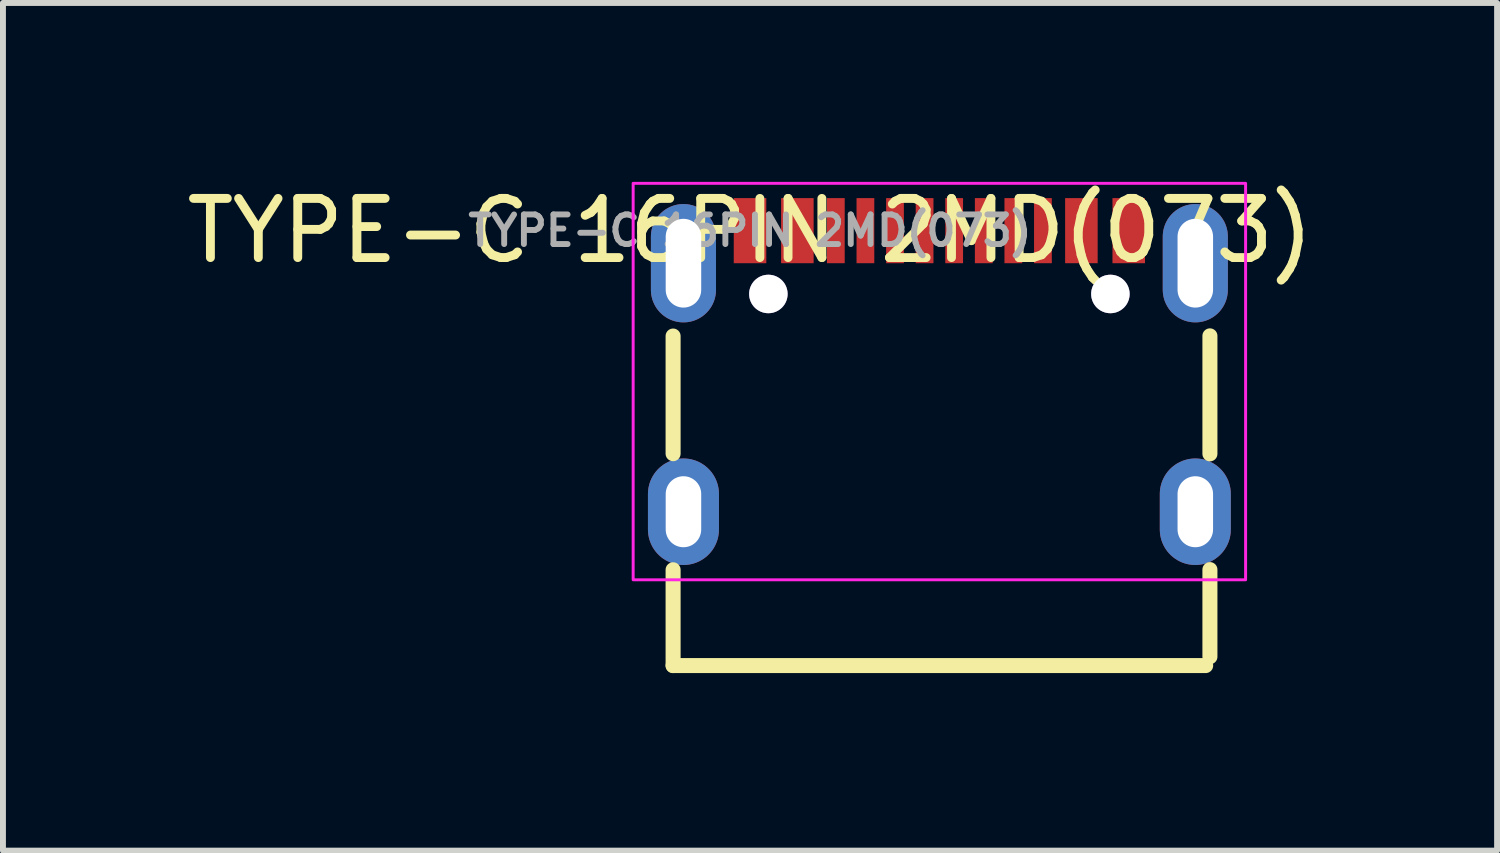
<source format=kicad_pcb>
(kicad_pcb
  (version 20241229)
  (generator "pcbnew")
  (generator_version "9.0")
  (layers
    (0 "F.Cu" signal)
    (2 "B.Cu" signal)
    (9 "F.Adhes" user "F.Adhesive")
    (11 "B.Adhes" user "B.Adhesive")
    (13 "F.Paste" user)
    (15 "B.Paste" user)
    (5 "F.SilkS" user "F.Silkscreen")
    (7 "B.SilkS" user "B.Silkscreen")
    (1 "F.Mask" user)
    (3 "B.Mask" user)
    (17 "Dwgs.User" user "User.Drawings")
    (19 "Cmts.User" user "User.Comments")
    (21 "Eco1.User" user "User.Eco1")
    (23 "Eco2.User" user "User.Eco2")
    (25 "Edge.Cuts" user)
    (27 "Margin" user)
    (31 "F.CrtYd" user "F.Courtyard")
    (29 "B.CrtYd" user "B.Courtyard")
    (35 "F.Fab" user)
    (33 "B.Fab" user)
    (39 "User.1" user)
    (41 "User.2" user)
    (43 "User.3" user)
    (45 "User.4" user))
  (footprint "TYPE-C 16PIN 2MD(073)"
    (layer "F.Cu")
    (at 9.625 0.848)
    (property "Reference" "TYPE-C 16PIN 2MD(073)" (at 0 0 0) (layer "F.SilkS") (effects (font (size 1 1) (thickness 0.15))))
    (fp_line (start -1.3 1.781) (end -1.3 3.769) (stroke (width 0.254) (type default)) (layer "F.SilkS"))
    (fp_line (start -1.3 5.731) (end -1.3 7.35) (stroke (width 0.254) (type default)) (layer "F.SilkS"))
    (fp_line (start -1.3 7.35) (end 7.7 7.35) (stroke (width 0.254) (type default)) (layer "F.SilkS"))
    (fp_line (start 7.772 1.778) (end 7.772 3.772) (stroke (width 0.254) (type default)) (layer "F.SilkS"))
    (fp_line (start 7.772 5.728) (end 7.772 7.201) (stroke (width 0.254) (type default)) (layer "F.SilkS"))
    (fp_poly (pts (xy -0.3 -0.55) (xy -0.3 0.55) (xy 0.3 0.55) (xy 0.3 -0.55)) (stroke (width 0) (type default)) (fill yes) (layer "F.Paste"))
    (fp_poly (pts (xy 0.5 -0.55) (xy 0.5 0.55) (xy 1.1 0.55) (xy 1.1 -0.55)) (stroke (width 0) (type default)) (fill yes) (layer "F.Paste"))
    (fp_poly (pts (xy 1.6 0.55) (xy 1.6 -0.55) (xy 1.3 -0.55) (xy 1.3 0.55)) (stroke (width 0) (type default)) (fill yes) (layer "F.Paste"))
    (fp_poly (pts (xy 2.1 0.55) (xy 2.1 -0.55) (xy 1.8 -0.55) (xy 1.8 0.55)) (stroke (width 0) (type default)) (fill yes) (layer "F.Paste"))
    (fp_poly (pts (xy 2.6 0.55) (xy 2.6 -0.55) (xy 2.3 -0.55) (xy 2.3 0.55)) (stroke (width 0) (type default)) (fill yes) (layer "F.Paste"))
    (fp_poly (pts (xy 3.1 0.55) (xy 3.1 -0.55) (xy 2.8 -0.55) (xy 2.8 0.55)) (stroke (width 0) (type default)) (fill yes) (layer "F.Paste"))
    (fp_poly (pts (xy 3.6 0.55) (xy 3.6 -0.55) (xy 3.3 -0.55) (xy 3.3 0.55)) (stroke (width 0) (type default)) (fill yes) (layer "F.Paste"))
    (fp_poly (pts (xy 4.1 0.55) (xy 4.1 -0.55) (xy 3.8 -0.55) (xy 3.8 0.55)) (stroke (width 0) (type default)) (fill yes) (layer "F.Paste"))
    (fp_poly (pts (xy 4.6 0.55) (xy 4.6 -0.55) (xy 4.3 -0.55) (xy 4.3 0.55)) (stroke (width 0) (type default)) (fill yes) (layer "F.Paste"))
    (fp_poly (pts (xy 4.8 -0.55) (xy 4.8 0.55) (xy 5.1 0.55) (xy 5.1 -0.55)) (stroke (width 0) (type default)) (fill yes) (layer "F.Paste"))
    (fp_poly (pts (xy 5.3 -0.55) (xy 5.3 0.55) (xy 5.9 0.55) (xy 5.9 -0.55)) (stroke (width 0) (type default)) (fill yes) (layer "F.Paste"))
    (fp_poly (pts (xy 6.7 0.55) (xy 6.7 -0.55) (xy 6.1 -0.55) (xy 6.1 0.55)) (stroke (width 0) (type default)) (fill yes) (layer "F.Paste"))
    (fp_poly (pts (xy -1.14 -0.45) (xy -1.17 -0.449) (xy -1.2 -0.446) (xy -1.229 -0.441) (xy -1.258 -0.435) (xy -1.288 -0.427) (xy -1.316 -0.419) (xy -1.344 -0.408) (xy -1.371 -0.397) (xy -1.399 -0.384) (xy -1.425 -0.369) (xy -1.45 -0.354) (xy -1.475 -0.338) (xy -1.499 -0.319) (xy -1.522 -0.3) (xy -1.544 -0.28) (xy -1.565 -0.258) (xy -1.585 -0.236) (xy -1.603 -0.212) (xy -1.621 -0.188) (xy -1.637 -0.163) (xy -1.652 -0.137) (xy -1.665 -0.111) (xy -1.678 -0.083) (xy -1.689 -0.056) (xy -1.698 -0.027) (xy -1.706 0.002) (xy -1.713 0.031) (xy -1.718 0.06) (xy -1.722 0.09) (xy -1.724 0.12) (xy -1.725 0.15) (xy -1.725 0.95) (xy -1.724 0.98) (xy -1.722 1.01) (xy -1.718 1.04) (xy -1.713 1.069) (xy -1.706 1.098) (xy -1.698 1.127) (xy -1.689 1.155) (xy -1.678 1.183) (xy -1.665 1.21) (xy -1.652 1.237) (xy -1.637 1.263) (xy -1.621 1.288) (xy -1.603 1.312) (xy -1.585 1.335) (xy -1.565 1.358) (xy -1.544 1.379) (xy -1.522 1.4) (xy -1.499 1.419) (xy -1.475 1.437) (xy -1.45 1.454) (xy -1.425 1.47) (xy -1.399 1.484) (xy -1.371 1.497) (xy -1.344 1.508) (xy -1.316 1.518) (xy -1.288 1.528) (xy -1.258 1.535) (xy -1.229 1.541) (xy -1.2 1.546) (xy -1.17 1.548) (xy -1.14 1.55) (xy -1.11 1.55) (xy -1.08 1.548) (xy -1.05 1.546) (xy -1.021 1.541) (xy -0.992 1.535) (xy -0.963 1.528) (xy -0.934 1.518) (xy -0.906 1.508) (xy -0.878 1.497) (xy -0.851 1.484) (xy -0.825 1.47) (xy -0.799 1.454) (xy -0.774 1.437) (xy -0.751 1.419) (xy -0.728 1.4) (xy -0.706 1.379) (xy -0.685 1.358) (xy -0.665 1.335) (xy -0.646 1.312) (xy -0.629 1.288) (xy -0.613 1.263) (xy -0.598 1.237) (xy -0.585 1.21) (xy -0.572 1.183) (xy -0.561 1.155) (xy -0.551 1.127) (xy -0.543 1.098) (xy -0.537 1.069) (xy -0.531 1.04) (xy -0.528 1.01) (xy -0.525 0.98) (xy -0.525 0.95) (xy -0.525 0.15) (xy -0.525 0.12) (xy -0.528 0.09) (xy -0.531 0.06) (xy -0.537 0.031) (xy -0.543 0.002) (xy -0.551 -0.027) (xy -0.561 -0.056) (xy -0.572 -0.083) (xy -0.585 -0.111) (xy -0.598 -0.137) (xy -0.613 -0.163) (xy -0.629 -0.188) (xy -0.646 -0.212) (xy -0.665 -0.236) (xy -0.685 -0.258) (xy -0.706 -0.28) (xy -0.728 -0.3) (xy -0.751 -0.319) (xy -0.774 -0.338) (xy -0.799 -0.354) (xy -0.825 -0.369) (xy -0.851 -0.384) (xy -0.878 -0.397) (xy -0.906 -0.408) (xy -0.934 -0.419) (xy -0.963 -0.427) (xy -0.992 -0.435) (xy -1.021 -0.441) (xy -1.05 -0.446) (xy -1.08 -0.449) (xy -1.11 -0.45)) (stroke (width 0) (type default)) (fill yes) (layer "F.Paste"))
    (fp_poly (pts (xy -1.08 4.002) (xy -1.11 4) (xy -1.14 4) (xy -1.17 4.002) (xy -1.2 4.005) (xy -1.229 4.009) (xy -1.258 4.015) (xy -1.288 4.022) (xy -1.316 4.032) (xy -1.344 4.042) (xy -1.371 4.053) (xy -1.399 4.066) (xy -1.425 4.08) (xy -1.45 4.096) (xy -1.475 4.113) (xy -1.499 4.131) (xy -1.522 4.15) (xy -1.544 4.17) (xy -1.565 4.192) (xy -1.585 4.215) (xy -1.603 4.238) (xy -1.621 4.262) (xy -1.637 4.287) (xy -1.652 4.313) (xy -1.665 4.34) (xy -1.678 4.367) (xy -1.689 4.395) (xy -1.698 4.423) (xy -1.706 4.452) (xy -1.713 4.481) (xy -1.718 4.511) (xy -1.722 4.54) (xy -1.724 4.57) (xy -1.725 4.6) (xy -1.725 4.9) (xy -1.724 4.93) (xy -1.722 4.96) (xy -1.718 4.989) (xy -1.713 5.019) (xy -1.706 5.048) (xy -1.698 5.077) (xy -1.689 5.106) (xy -1.678 5.133) (xy -1.665 5.16) (xy -1.652 5.187) (xy -1.637 5.213) (xy -1.621 5.238) (xy -1.603 5.263) (xy -1.585 5.285) (xy -1.565 5.308) (xy -1.544 5.33) (xy -1.522 5.35) (xy -1.499 5.369) (xy -1.475 5.387) (xy -1.45 5.404) (xy -1.425 5.42) (xy -1.399 5.434) (xy -1.371 5.447) (xy -1.344 5.458) (xy -1.316 5.469) (xy -1.288 5.478) (xy -1.258 5.485) (xy -1.229 5.491) (xy -1.2 5.495) (xy -1.17 5.498) (xy -1.14 5.5) (xy -1.11 5.5) (xy -1.08 5.498) (xy -1.05 5.495) (xy -1.021 5.491) (xy -0.992 5.485) (xy -0.963 5.478) (xy -0.934 5.469) (xy -0.906 5.458) (xy -0.878 5.447) (xy -0.851 5.434) (xy -0.825 5.42) (xy -0.799 5.404) (xy -0.774 5.387) (xy -0.751 5.369) (xy -0.728 5.35) (xy -0.706 5.33) (xy -0.685 5.308) (xy -0.665 5.285) (xy -0.646 5.263) (xy -0.629 5.238) (xy -0.613 5.213) (xy -0.598 5.187) (xy -0.585 5.16) (xy -0.572 5.133) (xy -0.561 5.106) (xy -0.551 5.077) (xy -0.543 5.048) (xy -0.537 5.019) (xy -0.531 4.989) (xy -0.528 4.96) (xy -0.525 4.93) (xy -0.525 4.9) (xy -0.525 4.6) (xy -0.525 4.57) (xy -0.528 4.54) (xy -0.531 4.511) (xy -0.537 4.481) (xy -0.543 4.452) (xy -0.551 4.423) (xy -0.561 4.395) (xy -0.572 4.367) (xy -0.585 4.34) (xy -0.598 4.313) (xy -0.613 4.287) (xy -0.629 4.262) (xy -0.646 4.238) (xy -0.665 4.215) (xy -0.685 4.192) (xy -0.706 4.17) (xy -0.728 4.15) (xy -0.751 4.131) (xy -0.774 4.113) (xy -0.799 4.096) (xy -0.825 4.08) (xy -0.851 4.066) (xy -0.878 4.053) (xy -0.906 4.042) (xy -0.934 4.032) (xy -0.963 4.022) (xy -0.992 4.015) (xy -1.021 4.009) (xy -1.05 4.005)) (stroke (width 0) (type default)) (fill yes) (layer "F.Paste"))
    (fp_poly (pts (xy 7.51 4) (xy 7.48 4.002) (xy 7.45 4.005) (xy 7.421 4.009) (xy 7.391 4.015) (xy 7.362 4.022) (xy 7.334 4.032) (xy 7.306 4.042) (xy 7.278 4.053) (xy 7.252 4.066) (xy 7.225 4.08) (xy 7.199 4.096) (xy 7.175 4.113) (xy 7.151 4.131) (xy 7.128 4.15) (xy 7.106 4.17) (xy 7.085 4.192) (xy 7.066 4.215) (xy 7.046 4.238) (xy 7.029 4.262) (xy 7.013 4.287) (xy 6.998 4.313) (xy 6.984 4.34) (xy 6.972 4.367) (xy 6.961 4.395) (xy 6.952 4.423) (xy 6.944 4.452) (xy 6.937 4.481) (xy 6.931 4.511) (xy 6.928 4.54) (xy 6.926 4.57) (xy 6.925 4.6) (xy 6.925 4.9) (xy 6.926 4.93) (xy 6.928 4.96) (xy 6.931 4.989) (xy 6.937 5.019) (xy 6.944 5.048) (xy 6.952 5.077) (xy 6.961 5.106) (xy 6.972 5.133) (xy 6.984 5.16) (xy 6.998 5.187) (xy 7.013 5.213) (xy 7.029 5.238) (xy 7.046 5.263) (xy 7.066 5.285) (xy 7.085 5.308) (xy 7.106 5.33) (xy 7.128 5.35) (xy 7.151 5.369) (xy 7.175 5.387) (xy 7.199 5.404) (xy 7.225 5.42) (xy 7.252 5.434) (xy 7.278 5.447) (xy 7.306 5.458) (xy 7.334 5.469) (xy 7.362 5.478) (xy 7.391 5.485) (xy 7.421 5.491) (xy 7.45 5.495) (xy 7.48 5.498) (xy 7.51 5.5) (xy 7.54 5.5) (xy 7.57 5.498) (xy 7.599 5.495) (xy 7.629 5.491) (xy 7.659 5.485) (xy 7.688 5.478) (xy 7.716 5.469) (xy 7.744 5.458) (xy 7.772 5.447) (xy 7.798 5.434) (xy 7.825 5.42) (xy 7.851 5.404) (xy 7.875 5.387) (xy 7.899 5.369) (xy 7.922 5.35) (xy 7.944 5.33) (xy 7.965 5.308) (xy 7.984 5.285) (xy 8.004 5.263) (xy 8.021 5.238) (xy 8.037 5.213) (xy 8.052 5.187) (xy 8.066 5.16) (xy 8.078 5.133) (xy 8.089 5.106) (xy 8.098 5.077) (xy 8.107 5.048) (xy 8.113 5.019) (xy 8.118 4.989) (xy 8.122 4.96) (xy 8.124 4.93) (xy 8.125 4.9) (xy 8.125 4.6) (xy 8.124 4.57) (xy 8.122 4.54) (xy 8.118 4.511) (xy 8.113 4.481) (xy 8.107 4.452) (xy 8.098 4.423) (xy 8.089 4.395) (xy 8.078 4.367) (xy 8.066 4.34) (xy 8.052 4.313) (xy 8.037 4.287) (xy 8.021 4.262) (xy 8.004 4.238) (xy 7.984 4.215) (xy 7.965 4.192) (xy 7.944 4.17) (xy 7.922 4.15) (xy 7.899 4.131) (xy 7.875 4.113) (xy 7.851 4.096) (xy 7.825 4.08) (xy 7.798 4.066) (xy 7.772 4.053) (xy 7.744 4.042) (xy 7.716 4.032) (xy 7.688 4.022) (xy 7.659 4.015) (xy 7.629 4.009) (xy 7.599 4.005) (xy 7.57 4.002) (xy 7.54 4)) (stroke (width 0) (type default)) (fill yes) (layer "F.Paste"))
    (fp_poly (pts (xy 7.57 -0.449) (xy 7.54 -0.45) (xy 7.51 -0.45) (xy 7.48 -0.449) (xy 7.45 -0.446) (xy 7.421 -0.441) (xy 7.391 -0.435) (xy 7.362 -0.427) (xy 7.334 -0.419) (xy 7.306 -0.408) (xy 7.278 -0.397) (xy 7.252 -0.384) (xy 7.225 -0.369) (xy 7.199 -0.354) (xy 7.175 -0.338) (xy 7.151 -0.319) (xy 7.128 -0.3) (xy 7.106 -0.28) (xy 7.085 -0.258) (xy 7.066 -0.236) (xy 7.046 -0.212) (xy 7.029 -0.188) (xy 7.013 -0.163) (xy 6.998 -0.137) (xy 6.984 -0.111) (xy 6.972 -0.083) (xy 6.961 -0.056) (xy 6.952 -0.027) (xy 6.944 0.002) (xy 6.937 0.031) (xy 6.931 0.06) (xy 6.928 0.09) (xy 6.926 0.12) (xy 6.925 0.15) (xy 6.925 0.95) (xy 6.926 0.98) (xy 6.928 1.01) (xy 6.931 1.04) (xy 6.937 1.069) (xy 6.944 1.098) (xy 6.952 1.127) (xy 6.961 1.155) (xy 6.972 1.183) (xy 6.984 1.21) (xy 6.998 1.237) (xy 7.013 1.263) (xy 7.029 1.288) (xy 7.046 1.312) (xy 7.066 1.335) (xy 7.085 1.358) (xy 7.106 1.379) (xy 7.128 1.4) (xy 7.151 1.419) (xy 7.175 1.437) (xy 7.199 1.454) (xy 7.225 1.47) (xy 7.252 1.484) (xy 7.278 1.497) (xy 7.306 1.508) (xy 7.334 1.518) (xy 7.362 1.528) (xy 7.391 1.535) (xy 7.421 1.541) (xy 7.45 1.546) (xy 7.48 1.548) (xy 7.51 1.55) (xy 7.54 1.55) (xy 7.57 1.548) (xy 7.599 1.546) (xy 7.629 1.541) (xy 7.659 1.535) (xy 7.688 1.528) (xy 7.716 1.518) (xy 7.744 1.508) (xy 7.772 1.497) (xy 7.798 1.484) (xy 7.825 1.47) (xy 7.851 1.454) (xy 7.875 1.437) (xy 7.899 1.419) (xy 7.922 1.4) (xy 7.944 1.379) (xy 7.965 1.358) (xy 7.984 1.335) (xy 8.004 1.312) (xy 8.021 1.288) (xy 8.037 1.263) (xy 8.052 1.237) (xy 8.066 1.21) (xy 8.078 1.183) (xy 8.089 1.155) (xy 8.098 1.127) (xy 8.107 1.098) (xy 8.113 1.069) (xy 8.118 1.04) (xy 8.122 1.01) (xy 8.124 0.98) (xy 8.125 0.95) (xy 8.125 0.15) (xy 8.124 0.12) (xy 8.122 0.09) (xy 8.118 0.06) (xy 8.113 0.031) (xy 8.107 0.002) (xy 8.098 -0.027) (xy 8.089 -0.056) (xy 8.078 -0.083) (xy 8.066 -0.111) (xy 8.052 -0.137) (xy 8.037 -0.163) (xy 8.021 -0.188) (xy 8.004 -0.212) (xy 7.984 -0.236) (xy 7.965 -0.258) (xy 7.944 -0.28) (xy 7.922 -0.3) (xy 7.899 -0.319) (xy 7.875 -0.338) (xy 7.851 -0.354) (xy 7.825 -0.369) (xy 7.798 -0.384) (xy 7.772 -0.397) (xy 7.744 -0.408) (xy 7.716 -0.419) (xy 7.688 -0.427) (xy 7.659 -0.435) (xy 7.629 -0.441) (xy 7.599 -0.446)) (stroke (width 0) (type default)) (fill yes) (layer "F.Paste"))
    (fp_poly (pts (xy -1.27 7.326) (xy 7.67 7.326) (xy 7.67 -0.574) (xy -1.27 -0.574)) (stroke (width 0.1) (type default)) (fill no) (layer "Eco2.User"))
    (fp_rect (start -1.975 -0.8) (end 8.375 5.9) (stroke (width 0.05) (type default)) (fill no) (layer "F.CrtYd"))
    (fp_line (start -1.25 0.026) (end -1.25 7.376) (stroke (width 0.051) (type default)) (layer "User.1"))
    (fp_line (start -1.25 0.026) (end 7.65 0.026) (stroke (width 0.051) (type default)) (layer "User.1"))
    (fp_line (start -1.25 7.376) (end 7.65 7.376) (stroke (width 0.051) (type default)) (layer "User.1"))
    (fp_line (start 7.65 0.026) (end 7.65 7.376) (stroke (width 0.051) (type default)) (layer "User.1"))
    (fp_circle (center 0.31 1.07) (end 0.435 1.07) (stroke (width 0.25) (type default)) (fill no) (layer "User.1"))
    (fp_circle (center 6.09 1.07) (end 6.215 1.07) (stroke (width 0.25) (type default)) (fill no) (layer "User.1"))
    (fp_poly (pts (xy -1.25 0.026) (xy -1 0.026) (xy -1 1.126) (xy -1.25 1.126)) (stroke (width 0.1) (type default)) (fill no) (layer "User.1"))
    (fp_poly (pts (xy -1.25 4.4) (xy -1 4.4) (xy -1 5.1) (xy -1.25 5.1)) (stroke (width 0.1) (type default)) (fill no) (layer "User.1"))
    (fp_poly (pts (xy -0.2 -0.274) (xy 0.2 -0.274) (xy 0.2 0.576) (xy -0.2 0.576)) (stroke (width 0.1) (type default)) (fill no) (layer "User.1"))
    (fp_poly (pts (xy 0.6 -0.274) (xy 1 -0.274) (xy 1 0.576) (xy 0.6 0.576)) (stroke (width 0.1) (type default)) (fill no) (layer "User.1"))
    (fp_poly (pts (xy 1.35 -0.274) (xy 1.55 -0.274) (xy 1.55 0.576) (xy 1.35 0.576)) (stroke (width 0.1) (type default)) (fill no) (layer "User.1"))
    (fp_poly (pts (xy 1.85 -0.274) (xy 2.05 -0.274) (xy 2.05 0.576) (xy 1.85 0.576)) (stroke (width 0.1) (type default)) (fill no) (layer "User.1"))
    (fp_poly (pts (xy 2.35 -0.274) (xy 2.55 -0.274) (xy 2.55 0.576) (xy 2.35 0.576)) (stroke (width 0.1) (type default)) (fill no) (layer "User.1"))
    (fp_poly (pts (xy 2.85 -0.274) (xy 3.05 -0.274) (xy 3.05 0.576) (xy 2.85 0.576)) (stroke (width 0.1) (type default)) (fill no) (layer "User.1"))
    (fp_poly (pts (xy 3.35 -0.274) (xy 3.55 -0.274) (xy 3.55 0.576) (xy 3.35 0.576)) (stroke (width 0.1) (type default)) (fill no) (layer "User.1"))
    (fp_poly (pts (xy 3.85 -0.274) (xy 4.05 -0.274) (xy 4.05 0.576) (xy 3.85 0.576)) (stroke (width 0.1) (type default)) (fill no) (layer "User.1"))
    (fp_poly (pts (xy 4.35 -0.274) (xy 4.55 -0.274) (xy 4.55 0.576) (xy 4.35 0.576)) (stroke (width 0.1) (type default)) (fill no) (layer "User.1"))
    (fp_poly (pts (xy 4.85 -0.274) (xy 5.05 -0.274) (xy 5.05 0.576) (xy 4.85 0.576)) (stroke (width 0.1) (type default)) (fill no) (layer "User.1"))
    (fp_poly (pts (xy 5.4 -0.274) (xy 5.8 -0.274) (xy 5.8 0.576) (xy 5.4 0.576)) (stroke (width 0.1) (type default)) (fill no) (layer "User.1"))
    (fp_poly (pts (xy 6.2 -0.274) (xy 6.6 -0.274) (xy 6.6 0.576) (xy 6.2 0.576)) (stroke (width 0.1) (type default)) (fill no) (layer "User.1"))
    (fp_poly (pts (xy 7.4 0.026) (xy 7.65 0.026) (xy 7.65 1.126) (xy 7.4 1.126)) (stroke (width 0.1) (type default)) (fill no) (layer "User.1"))
    (fp_poly (pts (xy 7.4 4.4) (xy 7.65 4.4) (xy 7.65 5.1) (xy 7.4 5.1)) (stroke (width 0.1) (type default)) (fill no) (layer "User.1"))
    (fp_poly (pts (arc (start -1.19 -0.274) (mid -1.25 -0.334) (end -1.31 -0.274)) (arc (start -1.31 -0.274) (mid -1.25 -0.214) (end -1.19 -0.274))) (stroke (width 0.1) (type default)) (fill no) (layer "User.1"))
    (fp_text user "${REFERENCE}" (at 0 0 0) (layer "F.Fab") (effects (font (size 0.5 0.5) (thickness 0.1))))
    (pad "" thru_hole circle (at 0.31 1.07) (size 0.65 0.65) (drill 0.65) (layers "*.Cu" "*.Mask"))
    (pad "" thru_hole circle (at 6.09 1.07) (size 0.65 0.65) (drill 0.65) (layers "*.Cu" "*.Mask"))
    (pad "1" smd rect (at 0 0) (size 0.55 1.1) (layers "F.Cu" "F.Mask" "F.Paste"))
    (pad "2" smd rect (at 0.8 0) (size 0.55 1.1) (layers "F.Cu" "F.Mask" "F.Paste"))
    (pad "3" smd rect (at 1.45 0) (size 0.3 1.1) (layers "F.Cu" "F.Mask" "F.Paste"))
    (pad "4" smd rect (at 1.95 0) (size 0.3 1.1) (layers "F.Cu" "F.Mask" "F.Paste"))
    (pad "5" smd rect (at 2.45 0) (size 0.3 1.1) (layers "F.Cu" "F.Mask" "F.Paste"))
    (pad "6" smd rect (at 2.95 0) (size 0.3 1.1) (layers "F.Cu" "F.Mask" "F.Paste"))
    (pad "7" smd rect (at 3.45 0) (size 0.3 1.1) (layers "F.Cu" "F.Mask" "F.Paste"))
    (pad "8" smd rect (at 3.95 0) (size 0.3 1.1) (layers "F.Cu" "F.Mask" "F.Paste"))
    (pad "9" smd rect (at 4.45 0) (size 0.3 1.1) (layers "F.Cu" "F.Mask" "F.Paste"))
    (pad "10" smd rect (at 4.95 0) (size 0.3 1.1) (layers "F.Cu" "F.Mask" "F.Paste"))
    (pad "11" smd rect (at 5.6 0) (size 0.55 1.1) (layers "F.Cu" "F.Mask" "F.Paste"))
    (pad "12" smd rect (at 6.4 0) (size 0.55 1.1) (layers "F.Cu" "F.Mask" "F.Paste"))
    (pad "13" thru_hole oval (at -1.125 0.55) (size 1.1 2) (drill oval 0.6 1.5) (layers "*.Cu" "*.Mask"))
    (pad "13" thru_hole oval (at -1.125 4.75) (size 1.2 1.8) (drill oval 0.6 1.2) (layers "*.Cu" "*.Mask"))
    (pad "14" thru_hole oval (at 7.525 0.55) (size 1.1 2) (drill oval 0.6 1.5) (layers "*.Cu" "*.Mask"))
    (pad "14" thru_hole oval (at 7.525 4.75) (size 1.2 1.8) (drill oval 0.6 1.2) (layers "*.Cu" "*.Mask")))
  (gr_rect
    (start -3 -3)
    (end 22.25 11.325)
    (stroke (width 0.1) (type default))
    (fill no)
    (layer "Edge.Cuts")))
</source>
